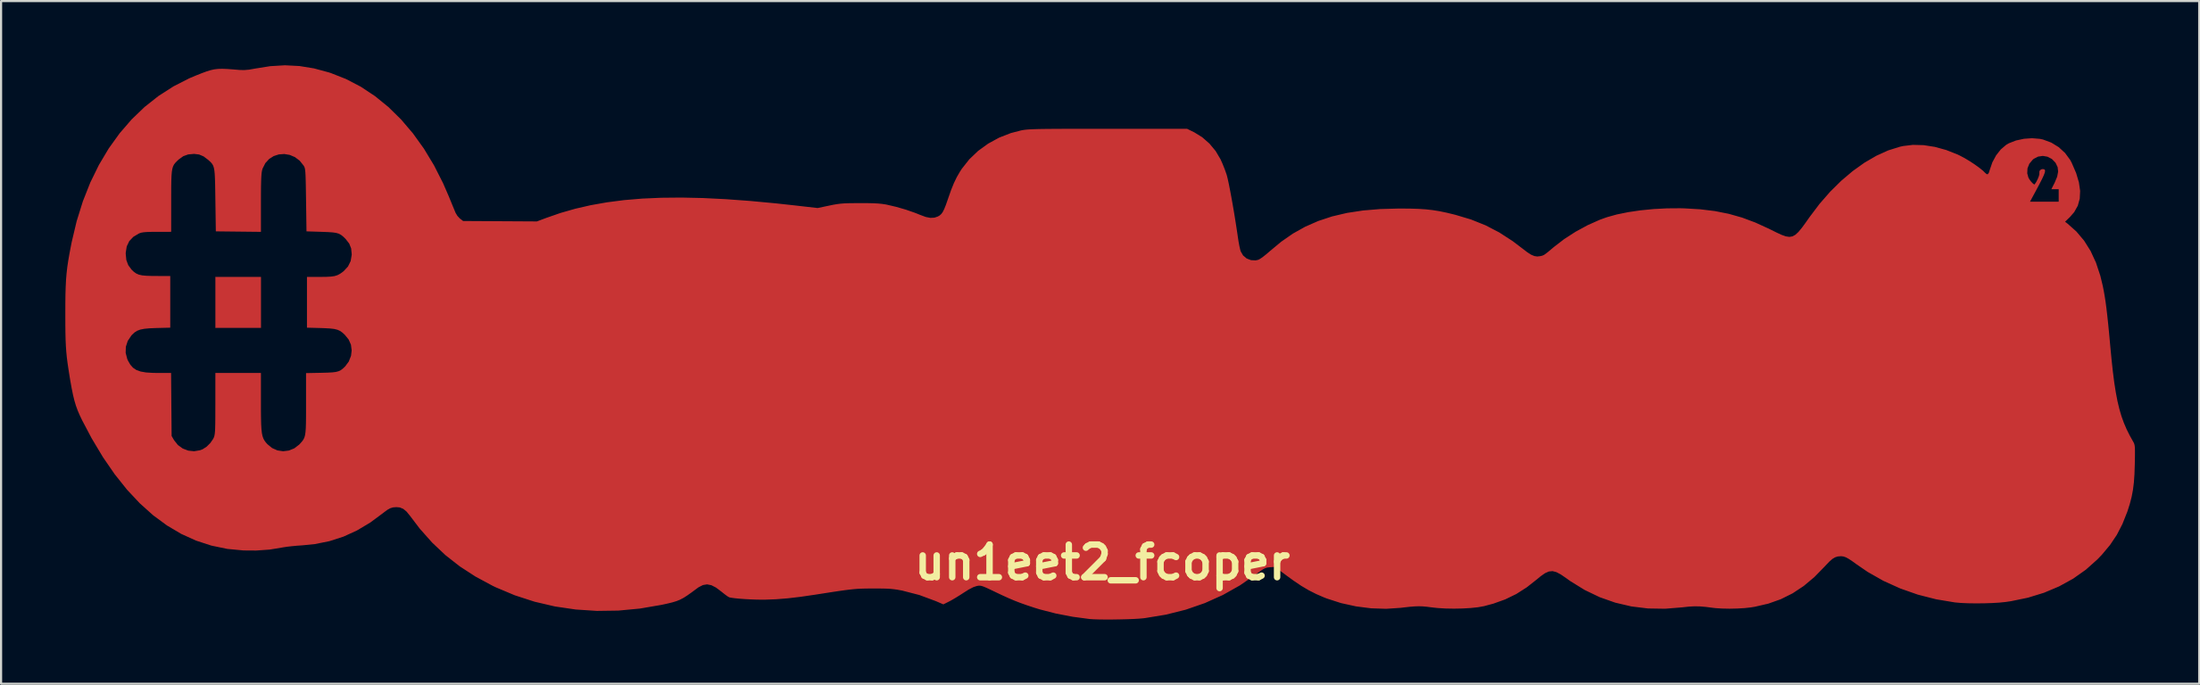
<source format=kicad_pcb>
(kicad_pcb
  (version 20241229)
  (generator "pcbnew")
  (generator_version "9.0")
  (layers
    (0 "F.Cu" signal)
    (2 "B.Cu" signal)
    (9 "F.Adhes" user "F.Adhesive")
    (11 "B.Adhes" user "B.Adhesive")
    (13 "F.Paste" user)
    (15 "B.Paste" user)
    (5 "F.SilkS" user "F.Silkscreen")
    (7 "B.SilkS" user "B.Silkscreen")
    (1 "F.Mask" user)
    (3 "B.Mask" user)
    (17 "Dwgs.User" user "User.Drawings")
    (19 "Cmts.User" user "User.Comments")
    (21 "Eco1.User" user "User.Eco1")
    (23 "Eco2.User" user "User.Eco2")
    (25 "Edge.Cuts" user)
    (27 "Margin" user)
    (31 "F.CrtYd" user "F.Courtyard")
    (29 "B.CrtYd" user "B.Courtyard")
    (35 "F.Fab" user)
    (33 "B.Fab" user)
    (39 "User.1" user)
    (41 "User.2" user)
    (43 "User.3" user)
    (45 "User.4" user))
  (footprint "un1eet2_fcoper"
    (layer "F.Cu")
    (at 48.413 23.227)
    (property "Reference" "un1eet2_fcoper" (at 0 0 0) (layer "F.SilkS") (effects (font (size 1.524 1.524) (thickness 0.3))))
    (attr through_hole)
    (fp_poly (pts (xy -39.285 -10.964) (xy -41.402 -10.964) (xy -41.402 -13.335) (xy -39.285 -13.335) (xy -39.285 -10.964)) (stroke (width 0.01) (type solid)) (fill yes) (layer "F.Cu"))
    (pad "1" smd custom (at 27.94 -11.43) (size 1.524 1.524) (layers "F.Cu") (options (anchor rect)) (primitives (gr_poly (pts (xy -65.421 -11.757) (xy -64.744 -11.647) (xy -64.052 -11.46) (xy -63.961 -11.431) (xy -63.244 -11.148) (xy -62.554 -10.788) (xy -61.896 -10.351) (xy -61.27 -9.842) (xy -60.68 -9.262) (xy -60.127 -8.613) (xy -59.614 -7.899) (xy -59.144 -7.121) (xy -58.719 -6.283) (xy -58.463 -5.694) (xy -58.369 -5.465) (xy -58.281 -5.25) (xy -58.206 -5.069) (xy -58.152 -4.939) (xy -58.134 -4.896) (xy -58.051 -4.759) (xy -57.94 -4.638) (xy -57.923 -4.625) (xy -57.782 -4.517) (xy -56.058 -4.507) (xy -54.335 -4.497) (xy -53.899 -4.661) (xy -53.234 -4.892) (xy -52.542 -5.09) (xy -51.82 -5.256) (xy -51.062 -5.39) (xy -50.264 -5.493) (xy -49.422 -5.564) (xy -48.53 -5.603) (xy -47.585 -5.612) (xy -46.582 -5.59) (xy -45.516 -5.537) (xy -44.382 -5.454) (xy -43.177 -5.341) (xy -42.342 -5.25) (xy -41.229 -5.123) (xy -40.691 -5.236) (xy -40.497 -5.276) (xy -40.327 -5.305) (xy -40.163 -5.326) (xy -39.987 -5.34) (xy -39.778 -5.348) (xy -39.519 -5.351) (xy -39.264 -5.353) (xy -38.919 -5.352) (xy -38.642 -5.346) (xy -38.418 -5.335) (xy -38.229 -5.317) (xy -38.059 -5.292) (xy -37.994 -5.279) (xy -37.56 -5.178) (xy -37.105 -5.046) (xy -36.672 -4.895) (xy -36.448 -4.805) (xy -36.182 -4.706) (xy -35.963 -4.663) (xy -35.775 -4.673) (xy -35.618 -4.725) (xy -35.528 -4.777) (xy -35.451 -4.845) (xy -35.382 -4.941) (xy -35.313 -5.079) (xy -35.236 -5.27) (xy -35.146 -5.528) (xy -35.123 -5.595) (xy -34.989 -5.975) (xy -34.86 -6.293) (xy -34.726 -6.57) (xy -34.577 -6.827) (xy -34.488 -6.964) (xy -34.142 -7.402) (xy -33.731 -7.794) (xy -33.264 -8.132) (xy -32.752 -8.412) (xy -32.203 -8.626) (xy -31.728 -8.749) (xy -31.656 -8.763) (xy -31.58 -8.775) (xy -31.492 -8.785) (xy -31.388 -8.794) (xy -31.262 -8.801) (xy -31.108 -8.807) (xy -30.92 -8.813) (xy -30.692 -8.817) (xy -30.419 -8.82) (xy -30.094 -8.822) (xy -29.713 -8.824) (xy -29.268 -8.825) (xy -28.755 -8.826) (xy -28.168 -8.826) (xy -27.665 -8.826) (xy -23.982 -8.826) (xy -23.643 -8.659) (xy -23.274 -8.431) (xy -22.938 -8.136) (xy -22.648 -7.787) (xy -22.422 -7.405) (xy -22.324 -7.186) (xy -22.227 -6.942) (xy -22.147 -6.716) (xy -22.124 -6.641) (xy -22.085 -6.486) (xy -22.036 -6.26) (xy -21.98 -5.977) (xy -21.919 -5.651) (xy -21.855 -5.295) (xy -21.791 -4.923) (xy -21.73 -4.547) (xy -21.673 -4.182) (xy -21.622 -3.841) (xy -21.612 -3.768) (xy -21.579 -3.553) (xy -21.541 -3.351) (xy -21.504 -3.186) (xy -21.479 -3.1) (xy -21.367 -2.908) (xy -21.201 -2.768) (xy -20.998 -2.688) (xy -20.777 -2.677) (xy -20.65 -2.705) (xy -20.562 -2.752) (xy -20.431 -2.844) (xy -20.274 -2.968) (xy -20.108 -3.111) (xy -20.105 -3.114) (xy -19.579 -3.551) (xy -19.034 -3.93) (xy -18.46 -4.251) (xy -17.854 -4.517) (xy -17.207 -4.731) (xy -16.513 -4.894) (xy -15.766 -5.008) (xy -14.959 -5.076) (xy -14.086 -5.1) (xy -14.012 -5.1) (xy -13.559 -5.096) (xy -13.171 -5.084) (xy -12.827 -5.061) (xy -12.507 -5.025) (xy -12.191 -4.974) (xy -11.86 -4.905) (xy -11.492 -4.816) (xy -11.449 -4.805) (xy -10.721 -4.587) (xy -10.045 -4.316) (xy -9.405 -3.983) (xy -8.784 -3.581) (xy -8.32 -3.229) (xy -8.098 -3.059) (xy -7.919 -2.944) (xy -7.767 -2.88) (xy -7.628 -2.859) (xy -7.486 -2.875) (xy -7.481 -2.876) (xy -7.411 -2.893) (xy -7.353 -2.913) (xy -7.293 -2.945) (xy -7.217 -2.999) (xy -7.111 -3.083) (xy -6.962 -3.208) (xy -6.858 -3.296) (xy -6.372 -3.67) (xy -5.835 -4.017) (xy -5.272 -4.323) (xy -4.707 -4.575) (xy -4.373 -4.695) (xy -3.912 -4.823) (xy -3.385 -4.93) (xy -2.809 -5.015) (xy -2.202 -5.075) (xy -1.579 -5.108) (xy -0.958 -5.113) (xy -0.762 -5.108) (xy -0.017 -5.064) (xy 0.669 -4.98) (xy 1.314 -4.852) (xy 1.935 -4.676) (xy 2.551 -4.446) (xy 3.179 -4.159) (xy 3.259 -4.119) (xy 3.55 -3.975) (xy 3.787 -3.866) (xy 3.981 -3.798) (xy 4.144 -3.775) (xy 4.289 -3.799) (xy 4.426 -3.875) (xy 4.567 -4.005) (xy 4.725 -4.195) (xy 4.91 -4.447) (xy 5.087 -4.699) (xy 5.553 -5.317) (xy 6.049 -5.885) (xy 6.569 -6.399) (xy 7.106 -6.853) (xy 7.654 -7.244) (xy 8.208 -7.566) (xy 8.76 -7.816) (xy 9.306 -7.987) (xy 9.449 -8.019) (xy 9.914 -8.074) (xy 10.412 -8.061) (xy 10.932 -7.98) (xy 11.461 -7.835) (xy 11.986 -7.628) (xy 12.089 -7.579) (xy 12.313 -7.461) (xy 12.552 -7.318) (xy 12.787 -7.164) (xy 13 -7.011) (xy 13.172 -6.873) (xy 13.267 -6.78) (xy 13.35 -6.706) (xy 13.413 -6.704) (xy 13.442 -6.748) (xy 15.244 -6.748) (xy 15.298 -6.55) (xy 15.351 -6.457) (xy 15.425 -6.359) (xy 15.503 -6.276) (xy 15.567 -6.228) (xy 15.593 -6.226) (xy 15.667 -6.333) (xy 15.737 -6.468) (xy 15.792 -6.602) (xy 15.819 -6.707) (xy 15.818 -6.74) (xy 15.823 -6.853) (xy 15.892 -6.926) (xy 15.966 -6.943) (xy 16.027 -6.936) (xy 16.065 -6.912) (xy 16.077 -6.862) (xy 16.061 -6.779) (xy 16.014 -6.655) (xy 15.934 -6.483) (xy 15.817 -6.255) (xy 15.662 -5.963) (xy 15.603 -5.853) (xy 15.369 -5.419) (xy 16.722 -5.419) (xy 16.722 -6.011) (xy 16.382 -6.011) (xy 16.537 -6.318) (xy 16.651 -6.592) (xy 16.696 -6.828) (xy 16.673 -7.038) (xy 16.581 -7.232) (xy 16.568 -7.252) (xy 16.401 -7.424) (xy 16.198 -7.53) (xy 15.978 -7.568) (xy 15.756 -7.536) (xy 15.552 -7.432) (xy 15.507 -7.396) (xy 15.344 -7.203) (xy 15.255 -6.982) (xy 15.244 -6.748) (xy 13.442 -6.748) (xy 13.463 -6.779) (xy 13.5 -6.898) (xy 13.624 -7.26) (xy 13.799 -7.585) (xy 14.015 -7.86) (xy 14.262 -8.072) (xy 14.391 -8.148) (xy 14.723 -8.278) (xy 15.094 -8.358) (xy 15.474 -8.385) (xy 15.837 -8.355) (xy 15.986 -8.323) (xy 16.37 -8.18) (xy 16.716 -7.967) (xy 17.013 -7.694) (xy 17.25 -7.371) (xy 17.321 -7.237) (xy 17.526 -6.762) (xy 17.656 -6.327) (xy 17.713 -5.929) (xy 17.695 -5.566) (xy 17.604 -5.238) (xy 17.438 -4.941) (xy 17.237 -4.71) (xy 17.007 -4.487) (xy 17.129 -4.393) (xy 17.54 -4.027) (xy 17.897 -3.604) (xy 18.201 -3.121) (xy 18.453 -2.575) (xy 18.656 -1.963) (xy 18.769 -1.495) (xy 18.817 -1.256) (xy 18.86 -1.007) (xy 18.902 -0.739) (xy 18.941 -0.439) (xy 18.981 -0.098) (xy 19.023 0.296) (xy 19.068 0.753) (xy 19.115 1.27) (xy 19.178 1.93) (xy 19.241 2.513) (xy 19.307 3.03) (xy 19.379 3.488) (xy 19.457 3.897) (xy 19.545 4.264) (xy 19.643 4.6) (xy 19.756 4.912) (xy 19.883 5.209) (xy 20.029 5.501) (xy 20.193 5.795) (xy 20.196 5.8) (xy 20.225 5.854) (xy 20.246 5.912) (xy 20.261 5.986) (xy 20.27 6.089) (xy 20.273 6.234) (xy 20.272 6.432) (xy 20.268 6.698) (xy 20.265 6.837) (xy 20.25 7.296) (xy 20.223 7.69) (xy 20.179 8.042) (xy 20.117 8.369) (xy 20.033 8.694) (xy 19.924 9.036) (xy 19.913 9.067) (xy 19.688 9.633) (xy 19.425 10.142) (xy 19.109 10.613) (xy 18.729 11.067) (xy 18.521 11.284) (xy 17.982 11.765) (xy 17.385 12.186) (xy 16.733 12.545) (xy 16.031 12.841) (xy 15.28 13.072) (xy 14.485 13.236) (xy 14.229 13.273) (xy 13.945 13.302) (xy 13.605 13.322) (xy 13.231 13.334) (xy 12.847 13.337) (xy 12.478 13.332) (xy 12.145 13.317) (xy 11.873 13.293) (xy 10.996 13.147) (xy 10.141 12.929) (xy 9.319 12.64) (xy 8.536 12.286) (xy 7.8 11.868) (xy 7.284 11.514) (xy 7.069 11.359) (xy 6.904 11.251) (xy 6.774 11.182) (xy 6.665 11.146) (xy 6.562 11.134) (xy 6.549 11.134) (xy 6.406 11.145) (xy 6.278 11.184) (xy 6.15 11.261) (xy 6.006 11.386) (xy 5.832 11.569) (xy 5.795 11.609) (xy 5.308 12.108) (xy 4.809 12.526) (xy 4.291 12.869) (xy 3.744 13.142) (xy 3.162 13.349) (xy 2.534 13.494) (xy 2.348 13.525) (xy 2.053 13.558) (xy 1.71 13.578) (xy 1.351 13.586) (xy 1.002 13.579) (xy 0.694 13.559) (xy 0.572 13.545) (xy 0.239 13.502) (xy -0.038 13.479) (xy -0.289 13.475) (xy -0.542 13.488) (xy -0.823 13.518) (xy -0.84 13.521) (xy -1.66 13.588) (xy -2.458 13.575) (xy -3.234 13.48) (xy -3.986 13.304) (xy -4.713 13.048) (xy -5.414 12.711) (xy -6.087 12.295) (xy -6.276 12.159) (xy -6.525 11.988) (xy -6.732 11.878) (xy -6.913 11.831) (xy -7.086 11.847) (xy -7.267 11.926) (xy -7.472 12.07) (xy -7.632 12.203) (xy -8.119 12.587) (xy -8.609 12.9) (xy -9.124 13.151) (xy -9.682 13.351) (xy -10.118 13.468) (xy -10.396 13.518) (xy -10.736 13.554) (xy -11.117 13.576) (xy -11.516 13.584) (xy -11.914 13.577) (xy -12.287 13.554) (xy -12.549 13.525) (xy -12.775 13.496) (xy -12.97 13.478) (xy -13.154 13.472) (xy -13.349 13.478) (xy -13.575 13.496) (xy -13.854 13.527) (xy -14.012 13.546) (xy -14.684 13.591) (xy -15.383 13.568) (xy -16.09 13.478) (xy -16.786 13.325) (xy -17.453 13.11) (xy -17.576 13.062) (xy -17.946 12.902) (xy -18.294 12.726) (xy -18.641 12.521) (xy -19.008 12.274) (xy -19.316 12.05) (xy -19.873 11.633) (xy -20.112 11.65) (xy -20.221 11.662) (xy -20.313 11.685) (xy -20.408 11.729) (xy -20.525 11.804) (xy -20.682 11.919) (xy -20.748 11.969) (xy -21.51 12.495) (xy -22.312 12.947) (xy -23.156 13.326) (xy -24.041 13.632) (xy -24.969 13.864) (xy -25.94 14.024) (xy -26.033 14.035) (xy -26.229 14.052) (xy -26.488 14.067) (xy -26.791 14.078) (xy -27.12 14.086) (xy -27.457 14.091) (xy -27.784 14.092) (xy -28.083 14.089) (xy -28.334 14.081) (xy -28.521 14.069) (xy -28.533 14.068) (xy -29.324 13.962) (xy -30.106 13.811) (xy -30.849 13.62) (xy -31.115 13.538) (xy -31.453 13.426) (xy -31.747 13.322) (xy -32.022 13.216) (xy -32.302 13.097) (xy -32.61 12.958) (xy -32.936 12.803) (xy -33.176 12.688) (xy -33.354 12.606) (xy -33.483 12.552) (xy -33.578 12.522) (xy -33.654 12.51) (xy -33.723 12.513) (xy -33.794 12.525) (xy -33.959 12.579) (xy -34.174 12.69) (xy -34.407 12.837) (xy -34.604 12.964) (xy -34.807 13.089) (xy -34.989 13.195) (xy -35.088 13.248) (xy -35.358 13.383) (xy -35.711 13.231) (xy -36.477 12.947) (xy -37.262 12.744) (xy -37.306 12.735) (xy -37.494 12.7) (xy -37.669 12.675) (xy -37.85 12.657) (xy -38.057 12.647) (xy -38.309 12.643) (xy -38.627 12.642) (xy -38.629 12.642) (xy -38.85 12.643) (xy -39.043 12.646) (xy -39.219 12.651) (xy -39.389 12.66) (xy -39.566 12.675) (xy -39.759 12.696) (xy -39.98 12.724) (xy -40.241 12.761) (xy -40.552 12.808) (xy -40.924 12.866) (xy -41.349 12.932) (xy -42.02 13.03) (xy -42.623 13.101) (xy -43.17 13.145) (xy -43.672 13.164) (xy -43.8 13.165) (xy -44.063 13.162) (xy -44.342 13.152) (xy -44.619 13.137) (xy -44.879 13.118) (xy -45.102 13.096) (xy -45.271 13.072) (xy -45.352 13.055) (xy -45.418 13.018) (xy -45.528 12.94) (xy -45.663 12.834) (xy -45.725 12.784) (xy -45.971 12.599) (xy -46.189 12.488) (xy -46.39 12.449) (xy -46.583 12.481) (xy -46.782 12.581) (xy -46.852 12.631) (xy -47.109 12.821) (xy -47.316 12.968) (xy -47.491 13.08) (xy -47.653 13.165) (xy -47.819 13.232) (xy -48.006 13.289) (xy -48.234 13.345) (xy -48.514 13.406) (xy -49.526 13.58) (xy -50.534 13.675) (xy -51.535 13.689) (xy -52.524 13.624) (xy -53.495 13.481) (xy -54.445 13.259) (xy -55.369 12.959) (xy -56.263 12.583) (xy -56.409 12.512) (xy -57.205 12.083) (xy -57.933 11.61) (xy -58.601 11.086) (xy -59.219 10.503) (xy -59.795 9.855) (xy -60.249 9.258) (xy -60.413 9.055) (xy -60.569 8.925) (xy -60.732 8.856) (xy -60.897 8.841) (xy -61.051 8.853) (xy -61.183 8.892) (xy -61.319 8.967) (xy -61.484 9.09) (xy -61.513 9.113) (xy -62.12 9.563) (xy -62.737 9.931) (xy -63.369 10.22) (xy -64.024 10.431) (xy -64.707 10.568) (xy -65.278 10.625) (xy -65.534 10.643) (xy -65.787 10.667) (xy -66.013 10.693) (xy -66.187 10.72) (xy -66.231 10.728) (xy -66.812 10.824) (xy -67.442 10.869) (xy -68.03 10.865) (xy -68.794 10.792) (xy -69.534 10.638) (xy -70.249 10.405) (xy -70.941 10.091) (xy -71.608 9.696) (xy -72.252 9.221) (xy -72.872 8.664) (xy -73.469 8.027) (xy -74.042 7.308) (xy -74.592 6.509) (xy -75.119 5.628) (xy -75.554 4.805) (xy -75.672 4.56) (xy -75.77 4.333) (xy -75.853 4.106) (xy -75.925 3.864) (xy -75.991 3.592) (xy -76.055 3.274) (xy -76.123 2.894) (xy -76.153 2.709) (xy -76.204 2.385) (xy -76.246 2.099) (xy -76.279 1.836) (xy -76.298 1.638) (xy -73.541 1.638) (xy -73.466 1.927) (xy -73.43 2.008) (xy -73.322 2.194) (xy -73.195 2.337) (xy -73.038 2.443) (xy -72.838 2.515) (xy -72.585 2.559) (xy -72.267 2.579) (xy -72.048 2.582) (xy -71.42 2.582) (xy -71.408 4.053) (xy -71.395 5.524) (xy -71.278 5.724) (xy -71.1 5.948) (xy -70.874 6.112) (xy -70.615 6.211) (xy -70.339 6.24) (xy -70.061 6.193) (xy -69.939 6.146) (xy -69.753 6.026) (xy -69.579 5.853) (xy -69.444 5.657) (xy -69.423 5.613) (xy -69.401 5.56) (xy -69.384 5.498) (xy -69.371 5.419) (xy -69.36 5.312) (xy -69.353 5.169) (xy -69.348 4.98) (xy -69.345 4.735) (xy -69.344 4.424) (xy -69.343 4.039) (xy -69.343 4.011) (xy -69.342 2.582) (xy -67.225 2.582) (xy -67.225 3.929) (xy -67.225 4.351) (xy -67.221 4.697) (xy -67.214 4.977) (xy -67.201 5.202) (xy -67.181 5.38) (xy -67.153 5.52) (xy -67.114 5.634) (xy -67.065 5.729) (xy -67.003 5.816) (xy -66.926 5.904) (xy -66.923 5.907) (xy -66.701 6.09) (xy -66.45 6.201) (xy -66.182 6.24) (xy -65.914 6.207) (xy -65.658 6.103) (xy -65.431 5.928) (xy -65.405 5.901) (xy -65.329 5.817) (xy -65.267 5.741) (xy -65.218 5.663) (xy -65.18 5.575) (xy -65.152 5.466) (xy -65.133 5.326) (xy -65.12 5.147) (xy -65.113 4.917) (xy -65.11 4.629) (xy -65.109 4.271) (xy -65.109 4.005) (xy -65.109 2.589) (xy -64.4 2.575) (xy -64.109 2.567) (xy -63.888 2.555) (xy -63.722 2.535) (xy -63.594 2.501) (xy -63.49 2.451) (xy -63.395 2.38) (xy -63.294 2.285) (xy -63.286 2.277) (xy -63.115 2.048) (xy -63.009 1.778) (xy -62.978 1.524) (xy -63.013 1.255) (xy -63.121 1.012) (xy -63.301 0.791) (xy -63.414 0.687) (xy -63.525 0.609) (xy -63.648 0.554) (xy -63.8 0.517) (xy -63.996 0.494) (xy -64.253 0.48) (xy -64.421 0.474) (xy -65.066 0.457) (xy -65.066 -1.905) (xy -64.451 -1.905) (xy -64.167 -1.908) (xy -63.95 -1.92) (xy -63.782 -1.944) (xy -63.645 -1.987) (xy -63.523 -2.051) (xy -63.397 -2.141) (xy -63.348 -2.181) (xy -63.151 -2.394) (xy -63.026 -2.649) (xy -62.977 -2.94) (xy -62.977 -2.983) (xy -63.004 -3.245) (xy -63.093 -3.468) (xy -63.254 -3.676) (xy -63.281 -3.704) (xy -63.386 -3.806) (xy -63.483 -3.881) (xy -63.585 -3.935) (xy -63.708 -3.971) (xy -63.869 -3.994) (xy -64.082 -4.009) (xy -64.362 -4.02) (xy -64.389 -4.021) (xy -65.088 -4.043) (xy -65.109 -5.503) (xy -65.115 -5.894) (xy -65.12 -6.21) (xy -65.126 -6.459) (xy -65.132 -6.651) (xy -65.141 -6.796) (xy -65.151 -6.901) (xy -65.164 -6.978) (xy -65.181 -7.034) (xy -65.202 -7.079) (xy -65.222 -7.112) (xy -65.408 -7.344) (xy -65.63 -7.511) (xy -65.875 -7.615) (xy -66.13 -7.657) (xy -66.385 -7.638) (xy -66.626 -7.56) (xy -66.841 -7.423) (xy -67.018 -7.229) (xy -67.145 -6.978) (xy -67.163 -6.924) (xy -67.181 -6.845) (xy -67.196 -6.738) (xy -67.207 -6.593) (xy -67.215 -6.403) (xy -67.221 -6.157) (xy -67.224 -5.846) (xy -67.225 -5.462) (xy -67.225 -5.368) (xy -67.225 -4.02) (xy -69.321 -4.043) (xy -69.342 -5.503) (xy -69.348 -5.912) (xy -69.354 -6.244) (xy -69.362 -6.511) (xy -69.373 -6.722) (xy -69.389 -6.885) (xy -69.413 -7.01) (xy -69.444 -7.106) (xy -69.486 -7.183) (xy -69.54 -7.25) (xy -69.607 -7.316) (xy -69.683 -7.384) (xy -69.894 -7.544) (xy -70.103 -7.633) (xy -70.335 -7.662) (xy -70.346 -7.662) (xy -70.618 -7.637) (xy -70.845 -7.556) (xy -71.051 -7.409) (xy -71.067 -7.395) (xy -71.156 -7.312) (xy -71.227 -7.237) (xy -71.285 -7.16) (xy -71.329 -7.071) (xy -71.362 -6.961) (xy -71.385 -6.82) (xy -71.4 -6.64) (xy -71.409 -6.41) (xy -71.414 -6.121) (xy -71.415 -5.764) (xy -71.415 -5.45) (xy -71.416 -4.022) (xy -72.083 -4.021) (xy -72.351 -4.019) (xy -72.549 -4.013) (xy -72.695 -4.001) (xy -72.802 -3.983) (xy -72.887 -3.956) (xy -72.919 -3.943) (xy -73.182 -3.785) (xy -73.372 -3.584) (xy -73.49 -3.338) (xy -73.537 -3.046) (xy -73.538 -2.992) (xy -73.51 -2.701) (xy -73.42 -2.458) (xy -73.266 -2.249) (xy -73.157 -2.144) (xy -73.048 -2.067) (xy -72.923 -2.012) (xy -72.767 -1.977) (xy -72.565 -1.958) (xy -72.302 -1.949) (xy -72.125 -1.948) (xy -71.459 -1.947) (xy -71.459 0.457) (xy -72.104 0.473) (xy -72.418 0.486) (xy -72.663 0.509) (xy -72.852 0.546) (xy -73.002 0.602) (xy -73.126 0.682) (xy -73.241 0.79) (xy -73.274 0.826) (xy -73.443 1.078) (xy -73.532 1.352) (xy -73.541 1.638) (xy -76.298 1.638) (xy -76.304 1.58) (xy -76.322 1.318) (xy -76.335 1.033) (xy -76.343 0.711) (xy -76.347 0.337) (xy -76.348 -0.103) (xy -76.348 -0.191) (xy -76.347 -0.674) (xy -76.342 -1.088) (xy -76.331 -1.449) (xy -76.315 -1.772) (xy -76.29 -2.072) (xy -76.257 -2.365) (xy -76.212 -2.667) (xy -76.156 -2.992) (xy -76.086 -3.357) (xy -76.051 -3.535) (xy -75.819 -4.513) (xy -75.529 -5.442) (xy -75.182 -6.319) (xy -74.779 -7.142) (xy -74.322 -7.909) (xy -73.814 -8.616) (xy -73.256 -9.262) (xy -72.65 -9.845) (xy -71.997 -10.361) (xy -71.3 -10.808) (xy -70.561 -11.185) (xy -70.252 -11.315) (xy -69.983 -11.422) (xy -69.762 -11.504) (xy -69.573 -11.563) (xy -69.398 -11.602) (xy -69.221 -11.623) (xy -69.025 -11.628) (xy -68.792 -11.619) (xy -68.506 -11.598) (xy -68.22 -11.574) (xy -68.005 -11.568) (xy -67.773 -11.588) (xy -67.5 -11.637) (xy -66.784 -11.751) (xy -66.096 -11.792) (xy -65.421 -11.757)) (width 0.01) (fill yes)))))
  (gr_rect
    (start -3 -3)
    (end 99.631 28.894)
    (stroke (width 0.1) (type default))
    (fill no)
    (layer "Edge.Cuts")))
</source>
